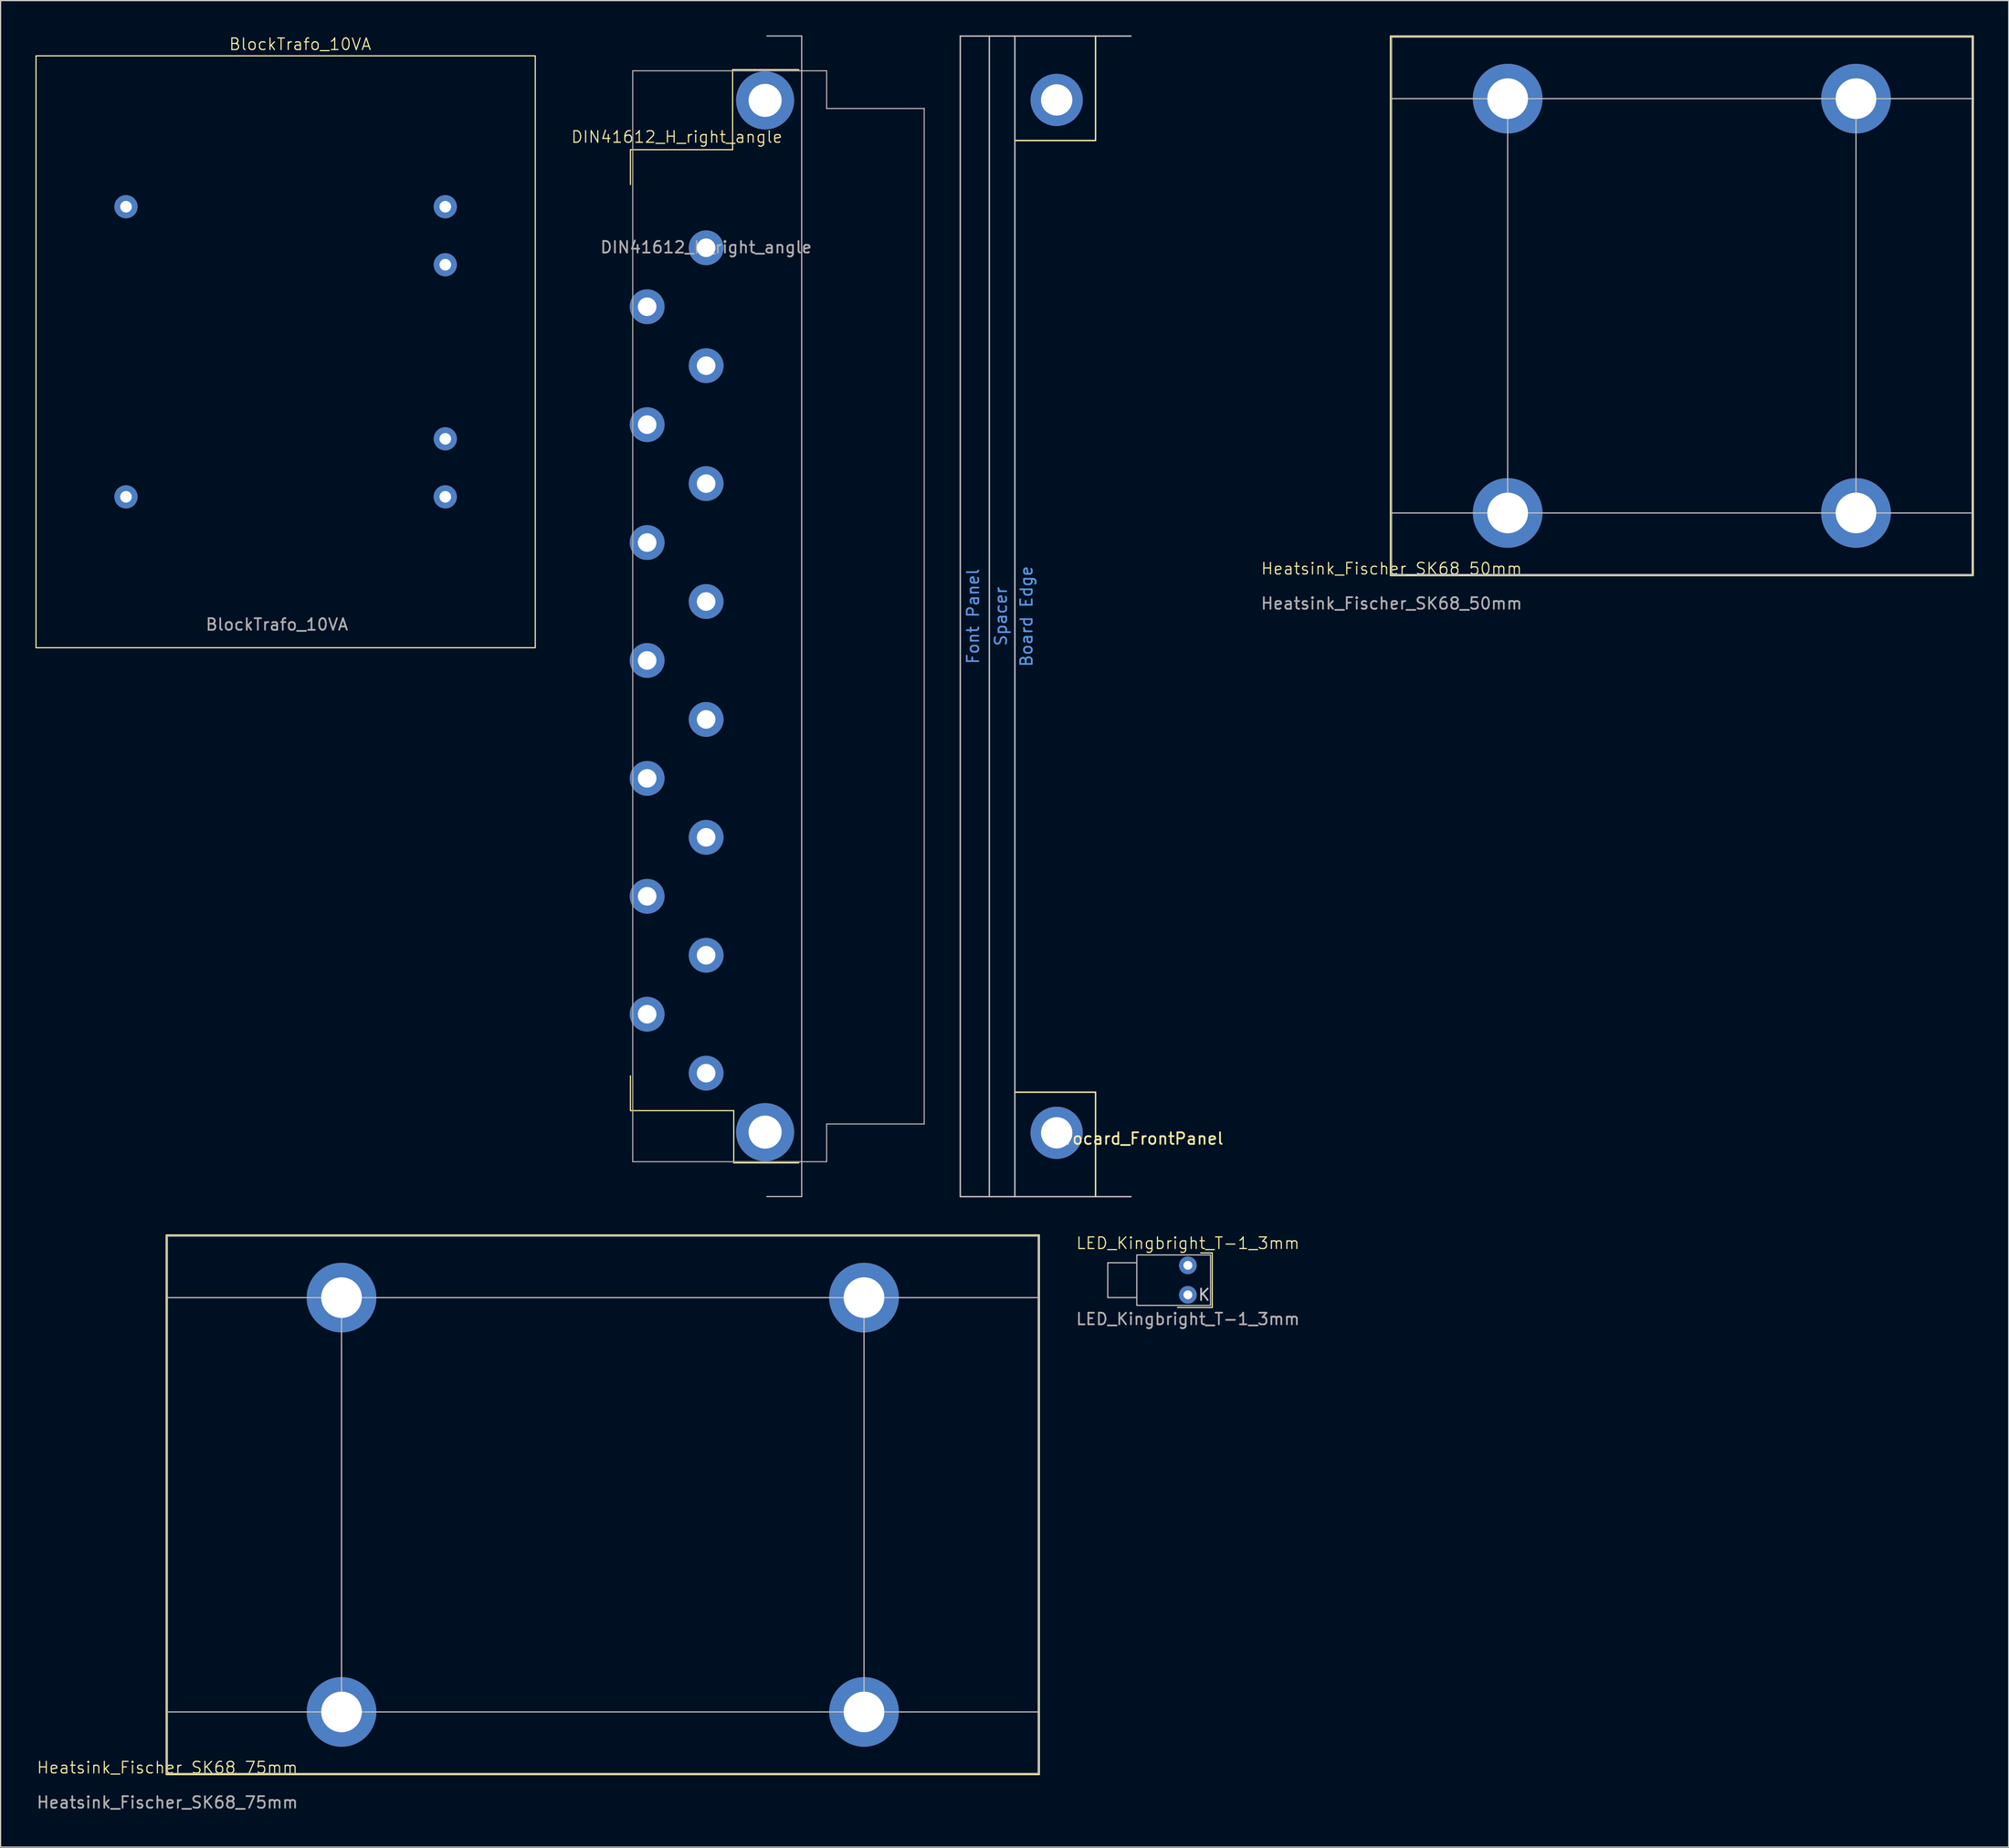
<source format=kicad_pcb>
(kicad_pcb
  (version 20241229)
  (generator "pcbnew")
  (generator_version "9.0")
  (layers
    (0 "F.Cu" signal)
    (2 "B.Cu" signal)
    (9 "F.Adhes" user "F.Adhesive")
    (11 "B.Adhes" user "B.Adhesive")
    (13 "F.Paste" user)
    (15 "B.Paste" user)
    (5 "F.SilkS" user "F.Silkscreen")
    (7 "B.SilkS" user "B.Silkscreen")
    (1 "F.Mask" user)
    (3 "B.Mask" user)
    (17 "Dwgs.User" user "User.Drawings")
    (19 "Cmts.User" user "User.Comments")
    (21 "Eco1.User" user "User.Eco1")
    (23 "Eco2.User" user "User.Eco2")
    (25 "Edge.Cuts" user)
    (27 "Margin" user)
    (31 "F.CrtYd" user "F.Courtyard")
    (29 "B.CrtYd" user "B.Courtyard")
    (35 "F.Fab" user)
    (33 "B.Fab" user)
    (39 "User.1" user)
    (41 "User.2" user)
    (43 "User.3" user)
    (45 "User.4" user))
  (footprint "Heatsink_Fischer_SK68_50mm"
    (layer "F.Cu")
    (at 116.798 46.45)
    (property "Reference" "Heatsink_Fischer_SK68_50mm" (at 0 -0.5 0) (unlocked yes) (layer "F.SilkS") (effects (font (size 1 1) (thickness 0.1))))
    (fp_rect (start -0.1 -46.4) (end 50.1 0.1) (stroke (width 0.1) (type default)) (fill no) (layer "F.SilkS"))
    (fp_line (start 0 -41) (end 50 -41) (stroke (width 0.1) (type default)) (layer "Dwgs.User"))
    (fp_line (start 0 -5.3) (end 50 -5.3) (stroke (width 0.1) (type default)) (layer "Dwgs.User"))
    (fp_line (start 10 -41) (end 10 -5.3) (stroke (width 0.1) (type default)) (layer "Dwgs.User"))
    (fp_line (start 40 -41) (end 40 -5.3) (stroke (width 0.1) (type default)) (layer "Dwgs.User"))
    (fp_rect (start 0 -46.3) (end 50 0) (stroke (width 0.1) (type default)) (fill no) (layer "Dwgs.User"))
    (fp_text user "${REFERENCE}" (at 0 2.5 0) (unlocked yes) (layer "F.Fab") (effects (font (size 1 1) (thickness 0.15))))
    (pad "" np_thru_hole circle (at 10 -41) (size 6 6) (drill 3.5) (layers "*.Cu" "*.Mask"))
    (pad "" np_thru_hole circle (at 10 -5.3) (size 6 6) (drill 3.5) (layers "*.Cu" "*.Mask"))
    (pad "" np_thru_hole circle (at 40 -41) (size 6 6) (drill 3.5) (layers "*.Cu" "*.Mask"))
    (pad "" np_thru_hole circle (at 40 -5.3) (size 6 6) (drill 3.5) (layers "*.Cu" "*.Mask")))
  (footprint "LED_Kingbright_T-1_3mm"
    (layer "F.Cu")
    (at 99.257 108.52)
    (property "Reference" "LED_Kingbright_T-1_3mm" (at 0 -4.45 0) (unlocked yes) (layer "F.SilkS") (effects (font (size 1 1) (thickness 0.1))))
    (attr through_hole)
    (fp_line (start 2.1 -3.615) (end 1.1 -3.615) (stroke (width 0.1) (type default)) (layer "F.SilkS"))
    (fp_line (start 2.1 -3.565) (end 2.1 1.085) (stroke (width 0.1) (type default)) (layer "F.SilkS"))
    (fp_line (start 2.1 1.085) (end -0.9 1.085) (stroke (width 0.1) (type default)) (layer "F.SilkS"))
    (fp_line (start -6.9 -2.765) (end -6.9 0.235) (stroke (width 0.1) (type default)) (layer "Dwgs.User"))
    (fp_line (start -6.9 0.235) (end -4.4 0.235) (stroke (width 0.1) (type default)) (layer "Dwgs.User"))
    (fp_line (start -4.4 -2.765) (end -6.9 -2.765) (stroke (width 0.1) (type default)) (layer "Dwgs.User"))
    (fp_rect (start -4.4 -3.44) (end 1.95 0.91) (stroke (width 0.1) (type default)) (fill no) (layer "Dwgs.User"))
    (fp_text user "K" (at 0.8 0 0) (unlocked yes) (layer "Dwgs.User") (effects (font (size 1 1) (thickness 0.15)) (justify left)))
    (fp_text user "${REFERENCE}" (at 0 2.085 0) (unlocked yes) (layer "F.Fab") (effects (font (size 1 1) (thickness 0.15))))
    (pad "1" thru_hole circle (at 0 0) (size 1.524 1.524) (drill 0.762) (layers "*.Cu" "*.Mask"))
    (pad "2" thru_hole circle (at 0 -2.54) (size 1.524 1.524) (drill 0.762) (layers "*.Cu" "*.Mask")))
  (footprint "Heatsink_Fischer_SK68_75mm"
    (layer "F.Cu")
    (at 11.363 149.76)
    (property "Reference" "Heatsink_Fischer_SK68_75mm" (at 0 -0.5 0) (unlocked yes) (layer "F.SilkS") (effects (font (size 1 1) (thickness 0.1))))
    (fp_rect (start -0.1 -46.4) (end 75.1 0.1) (stroke (width 0.1) (type default)) (fill no) (layer "F.SilkS"))
    (fp_line (start 0 -41) (end 75 -41) (stroke (width 0.1) (type default)) (layer "Dwgs.User"))
    (fp_line (start 0 -5.3) (end 75 -5.3) (stroke (width 0.1) (type default)) (layer "Dwgs.User"))
    (fp_line (start 15 -41) (end 15 -5.3) (stroke (width 0.1) (type default)) (layer "Dwgs.User"))
    (fp_line (start 60 -41) (end 60 -5.3) (stroke (width 0.1) (type default)) (layer "Dwgs.User"))
    (fp_rect (start 0 -46.3) (end 75 0) (stroke (width 0.1) (type default)) (fill no) (layer "Dwgs.User"))
    (fp_text user "${REFERENCE}" (at 0 2.5 0) (unlocked yes) (layer "F.Fab") (effects (font (size 1 1) (thickness 0.15))))
    (pad "" np_thru_hole circle (at 15 -41) (size 6 6) (drill 3.5) (layers "*.Cu" "*.Mask"))
    (pad "" np_thru_hole circle (at 15 -5.3) (size 6 6) (drill 3.5) (layers "*.Cu" "*.Mask"))
    (pad "" np_thru_hole circle (at 60 -41) (size 6 6) (drill 3.5) (layers "*.Cu" "*.Mask"))
    (pad "" np_thru_hole circle (at 60 -5.3) (size 6 6) (drill 3.5) (layers "*.Cu" "*.Mask")))
  (footprint "DIN41612_H_right_angle"
    (layer "F.Cu")
    (at 65.995 100.05)
    (property "Reference" "DIN41612_H_right_angle" (at -10.75 -91.3 0) (unlocked yes) (layer "F.SilkS") (effects (font (size 1 1) (thickness 0.1))))
    (attr through_hole)
    (fp_line (start -14.75 -90.2) (end -5.95 -90.2) (stroke (width 0.1) (type default)) (layer "F.SilkS"))
    (fp_line (start -14.75 -87.2) (end -14.75 -90.2) (stroke (width 0.1) (type default)) (layer "F.SilkS"))
    (fp_line (start -14.75 -7.4) (end -14.75 -10.4) (stroke (width 0.1) (type default)) (layer "F.SilkS"))
    (fp_line (start -14.75 -7.4) (end -5.85 -7.4) (stroke (width 0.1) (type default)) (layer "F.SilkS"))
    (fp_line (start -5.95 -97.1) (end -0.25 -97.1) (stroke (width 0.1) (type default)) (layer "F.SilkS"))
    (fp_line (start -5.95 -90.2) (end -5.95 -97.1) (stroke (width 0.1) (type default)) (layer "F.SilkS"))
    (fp_line (start -5.85 -2.9) (end -5.85 -7.4) (stroke (width 0.1) (type default)) (layer "F.SilkS"))
    (fp_line (start -5.85 -2.9) (end -0.25 -2.9) (stroke (width 0.1) (type default)) (layer "F.SilkS"))
    (fp_line (start 0 -100) (end -3 -100) (stroke (width 0.1) (type default)) (layer "Dwgs.User"))
    (fp_line (start 0 -100) (end 0 0) (stroke (width 0.1) (type solid)) (layer "Dwgs.User"))
    (fp_line (start 0 0) (end -3 0) (stroke (width 0.1) (type default)) (layer "Dwgs.User"))
    (fp_line (start -14.55 -97) (end -14.55 -3) (stroke (width 0.1) (type default)) (layer "F.Fab"))
    (fp_line (start 2.15 -97) (end -14.55 -97) (stroke (width 0.1) (type default)) (layer "F.Fab"))
    (fp_line (start 2.15 -97) (end 2.15 -93.75) (stroke (width 0.1) (type default)) (layer "F.Fab"))
    (fp_line (start 2.15 -6.25) (end 2.15 -3) (stroke (width 0.1) (type default)) (layer "F.Fab"))
    (fp_line (start 2.15 -6.25) (end 10.55 -6.25) (stroke (width 0.1) (type default)) (layer "F.Fab"))
    (fp_line (start 2.15 -3) (end -14.55 -3) (stroke (width 0.1) (type default)) (layer "F.Fab"))
    (fp_line (start 10.55 -93.75) (end 2.15 -93.75) (stroke (width 0.1) (type default)) (layer "F.Fab"))
    (fp_line (start 10.55 -6.25) (end 10.55 -93.75) (stroke (width 0.1) (type default)) (layer "F.Fab"))
    (fp_text user "${REFERENCE}" (at -8.23 -81.79 0) (unlocked yes) (layer "F.Fab") (effects (font (size 1 1) (thickness 0.15))))
    (pad "" np_thru_hole circle (at -3.15 -94.45) (size 5 5) (drill 2.85) (layers "*.Cu" "*.Mask"))
    (pad "" np_thru_hole circle (at -3.15 -5.55) (size 5 5) (drill 2.85) (layers "*.Cu" "*.Mask"))
    (pad "4" thru_hole circle (at -8.23 -81.75) (size 3 3) (drill 1.6) (layers "*.Cu" "*.Mask"))
    (pad "6" thru_hole circle (at -13.31 -76.67) (size 3 3) (drill 1.6) (layers "*.Cu" "*.Mask"))
    (pad "8" thru_hole circle (at -8.23 -71.59) (size 3 3) (drill 1.6) (layers "*.Cu" "*.Mask"))
    (pad "10" thru_hole circle (at -13.31 -66.51) (size 3 3) (drill 1.6) (layers "*.Cu" "*.Mask"))
    (pad "12" thru_hole circle (at -8.23 -61.43) (size 3 3) (drill 1.6) (layers "*.Cu" "*.Mask"))
    (pad "14" thru_hole circle (at -13.31 -56.35) (size 3 3) (drill 1.6) (layers "*.Cu" "*.Mask"))
    (pad "16" thru_hole circle (at -8.23 -51.27) (size 3 3) (drill 1.6) (layers "*.Cu" "*.Mask"))
    (pad "18" thru_hole circle (at -13.31 -46.19) (size 3 3) (drill 1.6) (layers "*.Cu" "*.Mask"))
    (pad "20" thru_hole circle (at -8.23 -41.11) (size 3 3) (drill 1.6) (layers "*.Cu" "*.Mask"))
    (pad "22" thru_hole circle (at -13.31 -36.03) (size 3 3) (drill 1.6) (layers "*.Cu" "*.Mask"))
    (pad "24" thru_hole circle (at -8.23 -30.95) (size 3 3) (drill 1.6) (layers "*.Cu" "*.Mask"))
    (pad "26" thru_hole circle (at -13.31 -25.87) (size 3 3) (drill 1.6) (layers "*.Cu" "*.Mask"))
    (pad "28" thru_hole circle (at -8.23 -20.79) (size 3 3) (drill 1.6) (layers "*.Cu" "*.Mask"))
    (pad "30" thru_hole circle (at -13.31 -15.71) (size 3 3) (drill 1.6) (layers "*.Cu" "*.Mask"))
    (pad "32" thru_hole circle (at -8.23 -10.63) (size 3 3) (drill 1.6) (layers "*.Cu" "*.Mask")))
  (footprint "Eurocard_FrontPanel"
    (layer "F.Cu")
    (at 84.355 100.06)
    (property "Reference" "Eurocard_FrontPanel" (at 10.24 -5 0) (layer "F.SilkS") (effects (font (size 1 1) (thickness 0.15))))
    (attr through_hole)
    (fp_line (start 6.95 -100) (end 6.95 -91) (stroke (width 0.12) (type solid)) (layer "F.SilkS"))
    (fp_line (start 6.95 -91) (end 0 -91) (stroke (width 0.12) (type solid)) (layer "F.SilkS"))
    (fp_line (start 6.95 -9) (end 0 -9) (stroke (width 0.12) (type solid)) (layer "F.SilkS"))
    (fp_line (start 6.95 0) (end 6.95 -9) (stroke (width 0.12) (type solid)) (layer "F.SilkS"))
    (fp_line (start -4.7 -100) (end 0 -100) (stroke (width 0.12) (type solid)) (layer "Dwgs.User"))
    (fp_line (start -4.7 0) (end -4.7 -100) (stroke (width 0.12) (type solid)) (layer "Dwgs.User"))
    (fp_line (start -2.2 0) (end -2.2 -100) (stroke (width 0.12) (type solid)) (layer "Dwgs.User"))
    (fp_line (start 0 -100) (end 0 0) (stroke (width 0.12) (type solid)) (layer "Dwgs.User"))
    (fp_line (start 0 -100) (end 10 -100) (stroke (width 0.12) (type solid)) (layer "Dwgs.User"))
    (fp_line (start 0 0) (end -4.7 0) (stroke (width 0.12) (type solid)) (layer "Dwgs.User"))
    (fp_line (start 0 0) (end 10 0) (stroke (width 0.12) (type solid)) (layer "Dwgs.User"))
    (fp_text user "Spacer" (at -1.2 -50 90) (layer "Cmts.User") (effects (font (size 1 1) (thickness 0.15))))
    (fp_text user "Font Panel" (at -3.6 -50 90) (layer "Cmts.User") (effects (font (size 1 1) (thickness 0.15))))
    (fp_text user "Board Edge" (at 1 -50 90) (layer "Cmts.User") (effects (font (size 1 1) (thickness 0.15))))
    (pad "" np_thru_hole circle (at 3.6 -94.5) (size 4.5 4.5) (drill 2.7) (layers "*.Cu" "*.Mask"))
    (pad "" np_thru_hole circle (at 3.6 -5.5) (size 4.5 4.5) (drill 2.7) (layers "*.Cu" "*.Mask")))
  (footprint "BlockTrafo_10VA"
    (layer "F.Cu")
    (at 7.8 39.761)
    (property "Reference" "BlockTrafo_10VA" (at 15 -39 0) (unlocked yes) (layer "F.SilkS") (effects (font (size 1 1) (thickness 0.1))))
    (attr through_hole)
    (fp_rect (start -7.75 13) (end 35.25 -38) (stroke (width 0.1) (type default)) (fill no) (layer "F.SilkS"))
    (fp_text user "${REFERENCE}" (at 13 11 0) (unlocked yes) (layer "F.Fab") (effects (font (size 1 1) (thickness 0.15))))
    (pad "1" thru_hole circle (at 0 0) (size 2 2) (drill 1) (layers "*.Cu" "*.Mask"))
    (pad "6" thru_hole circle (at 0 -25) (size 2 2) (drill 1) (layers "*.Cu" "*.Mask"))
    (pad "7" thru_hole circle (at 27.5 -25) (size 2 2) (drill 1) (layers "*.Cu" "*.Mask"))
    (pad "8" thru_hole circle (at 27.5 -20) (size 2 2) (drill 1) (layers "*.Cu" "*.Mask"))
    (pad "11" thru_hole circle (at 27.5 -5) (size 2 2) (drill 1) (layers "*.Cu" "*.Mask"))
    (pad "12" thru_hole circle (at 27.5 0) (size 2 2) (drill 1) (layers "*.Cu" "*.Mask")))
  (gr_rect
    (start -3 -3)
    (end 169.948 156.108)
    (stroke (width 0.1) (type default))
    (fill no)
    (layer "Edge.Cuts")))
</source>
